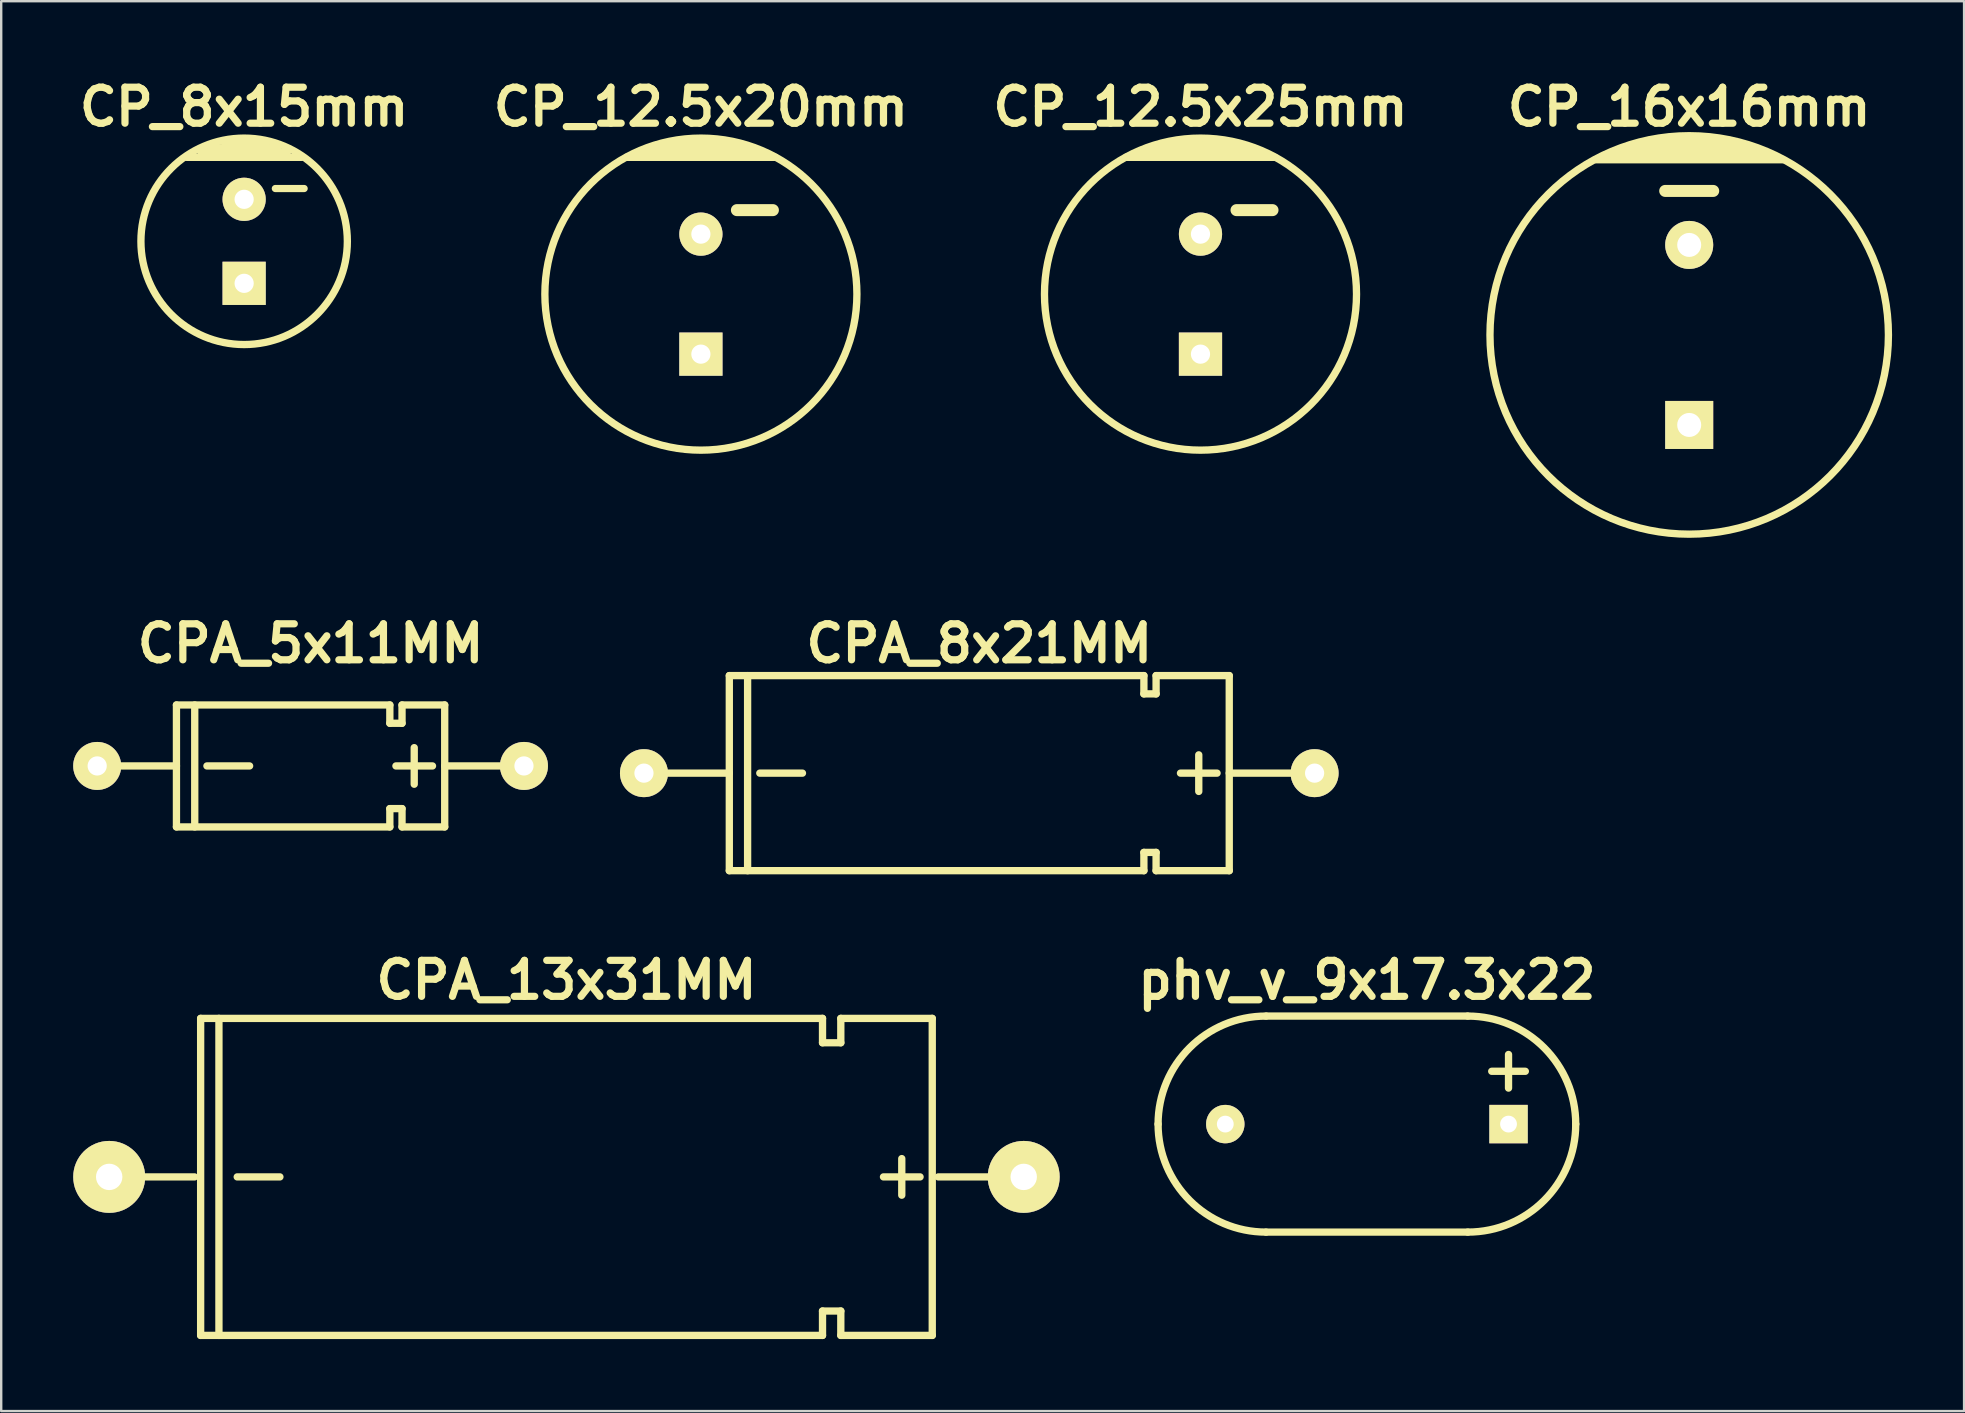
<source format=kicad_pcb>
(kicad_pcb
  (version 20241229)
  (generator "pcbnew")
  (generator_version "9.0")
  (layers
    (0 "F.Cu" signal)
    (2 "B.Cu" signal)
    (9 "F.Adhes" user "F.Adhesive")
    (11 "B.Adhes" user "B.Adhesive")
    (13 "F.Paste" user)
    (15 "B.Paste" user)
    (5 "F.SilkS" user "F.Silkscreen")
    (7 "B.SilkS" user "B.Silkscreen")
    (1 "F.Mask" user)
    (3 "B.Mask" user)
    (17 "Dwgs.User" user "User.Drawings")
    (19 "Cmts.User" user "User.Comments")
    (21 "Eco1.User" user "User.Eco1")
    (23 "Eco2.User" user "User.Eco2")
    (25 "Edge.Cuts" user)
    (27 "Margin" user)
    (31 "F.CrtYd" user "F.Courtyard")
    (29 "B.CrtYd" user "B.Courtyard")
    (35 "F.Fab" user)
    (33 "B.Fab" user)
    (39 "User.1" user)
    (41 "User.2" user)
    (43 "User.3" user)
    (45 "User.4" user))
  (footprint "CP_12.5x25mm"
    (layer "F.Cu")
    (at 46.964 9.204)
    (property "Reference" "CP_12.5x25mm" (at 0 -7.8 0) (layer "F.SilkS") (effects (font (size 1.5 1.5) (thickness 0.3))))
    (attr through_hole)
    (fp_line (start -3.1 -5.7) (end 3.1 -5.7) (stroke (width 0.305) (type solid)) (layer "F.SilkS"))
    (fp_line (start -1.4 -6.3) (end 1.4 -6.3) (stroke (width 0.305) (type solid)) (layer "F.SilkS"))
    (fp_line (start 1.5 -3.5) (end 3 -3.5) (stroke (width 0.5) (type solid)) (layer "F.SilkS"))
    (fp_line (start 2 -6.1) (end -2 -6.1) (stroke (width 0.305) (type solid)) (layer "F.SilkS"))
    (fp_line (start 2.4 -5.9) (end -2.4 -5.9) (stroke (width 0.305) (type solid)) (layer "F.SilkS"))
    (fp_circle (center 0 0) (end -6.5 0) (stroke (width 0.305) (type solid)) (fill no) (layer "F.SilkS"))
    (pad "1" thru_hole rect (at 0 2.5) (size 1.8 1.8) (drill 0.8) (layers "*.Cu" "*.Mask" "F.SilkS"))
    (pad "2" thru_hole circle (at 0 -2.5) (size 1.8 1.8) (drill 0.8) (layers "*.Cu" "*.Mask" "F.SilkS")))
  (footprint "CPA_13x31MM"
    (layer "F.Cu")
    (at 20.549 45.981)
    (property "Reference" "CPA_13x31MM" (at 0 -8.2 0) (layer "F.SilkS") (effects (font (size 1.5 1.5) (thickness 0.3))))
    (attr through_hole)
    (fp_line (start -15.494 0) (end -19.05 0) (stroke (width 0.305) (type solid)) (layer "F.SilkS"))
    (fp_line (start -15.24 -6.604) (end -15.24 6.604) (stroke (width 0.305) (type solid)) (layer "F.SilkS"))
    (fp_line (start -15.24 -6.604) (end 10.668 -6.604) (stroke (width 0.305) (type solid)) (layer "F.SilkS"))
    (fp_line (start -14.478 6.604) (end -14.478 -6.604) (stroke (width 0.305) (type solid)) (layer "F.SilkS"))
    (fp_line (start -13.716 0) (end -11.938 0) (stroke (width 0.305) (type solid)) (layer "F.SilkS"))
    (fp_line (start 10.668 -6.604) (end 10.668 -5.588) (stroke (width 0.305) (type solid)) (layer "F.SilkS"))
    (fp_line (start 10.668 -5.588) (end 11.43 -5.588) (stroke (width 0.305) (type solid)) (layer "F.SilkS"))
    (fp_line (start 10.668 5.588) (end 10.668 6.604) (stroke (width 0.305) (type solid)) (layer "F.SilkS"))
    (fp_line (start 10.668 6.604) (end -15.24 6.604) (stroke (width 0.305) (type solid)) (layer "F.SilkS"))
    (fp_line (start 11.43 -6.604) (end 15.24 -6.604) (stroke (width 0.305) (type solid)) (layer "F.SilkS"))
    (fp_line (start 11.43 -5.588) (end 11.43 -6.604) (stroke (width 0.305) (type solid)) (layer "F.SilkS"))
    (fp_line (start 11.43 5.588) (end 10.668 5.588) (stroke (width 0.305) (type solid)) (layer "F.SilkS"))
    (fp_line (start 11.43 6.604) (end 11.43 5.588) (stroke (width 0.305) (type solid)) (layer "F.SilkS"))
    (fp_line (start 13.97 0.762) (end 13.97 -0.762) (stroke (width 0.305) (type solid)) (layer "F.SilkS"))
    (fp_line (start 14.732 0) (end 13.208 0) (stroke (width 0.305) (type solid)) (layer "F.SilkS"))
    (fp_line (start 15.24 -6.604) (end 15.24 6.604) (stroke (width 0.305) (type solid)) (layer "F.SilkS"))
    (fp_line (start 15.24 6.604) (end 11.43 6.604) (stroke (width 0.305) (type solid)) (layer "F.SilkS"))
    (fp_line (start 15.494 0) (end 19.05 0) (stroke (width 0.305) (type solid)) (layer "F.SilkS"))
    (pad "1" thru_hole circle (at 19.05 0) (size 2.997 2.997) (drill 1.1) (layers "*.Cu" "*.Mask" "F.SilkS"))
    (pad "2" thru_hole circle (at -19.05 0) (size 2.997 2.997) (drill 1.1) (layers "*.Cu" "*.Mask" "F.SilkS")))
  (footprint "CP_8x15mm"
    (layer "F.Cu")
    (at 7.121 7.004)
    (property "Reference" "CP_8x15mm" (at 0 -5.6 0) (layer "F.SilkS") (effects (font (size 1.5 1.5) (thickness 0.3))))
    (attr through_hole)
    (fp_line (start -2.4 -3.5) (end 2.4 -3.5) (stroke (width 0.305) (type solid)) (layer "F.SilkS"))
    (fp_line (start -1.8 -3.7) (end 1.8 -3.7) (stroke (width 0.305) (type solid)) (layer "F.SilkS"))
    (fp_line (start -1.4 -3.9) (end 1.4 -3.9) (stroke (width 0.305) (type solid)) (layer "F.SilkS"))
    (fp_line (start -0.8 -4.1) (end 0.9 -4.1) (stroke (width 0.305) (type solid)) (layer "F.SilkS"))
    (fp_line (start 1.3 -2.2) (end 2.5 -2.2) (stroke (width 0.3) (type solid)) (layer "F.SilkS"))
    (fp_circle (center 0 0) (end -4.3 0) (stroke (width 0.305) (type solid)) (fill no) (layer "F.SilkS"))
    (pad "1" thru_hole rect (at 0 1.75) (size 1.8 1.8) (drill 0.8) (layers "*.Cu" "*.Mask" "F.SilkS"))
    (pad "2" thru_hole circle (at 0 -1.75) (size 1.8 1.8) (drill 0.8) (layers "*.Cu" "*.Mask" "F.SilkS")))
  (footprint "phv_v_9x17.3x22"
    (layer "F.Cu")
    (at 53.897 43.781)
    (property "Reference" "phv_v_9x17.3x22" (at 0 -6 0) (layer "F.SilkS") (effects (font (size 1.5 1.5) (thickness 0.3))))
    (attr through_hole)
    (fp_line (start -4.2 4.5) (end 4.2 4.5) (stroke (width 0.305) (type solid)) (layer "F.SilkS"))
    (fp_line (start 4.2 -4.5) (end -4.2 -4.5) (stroke (width 0.305) (type solid)) (layer "F.SilkS"))
    (fp_line (start 5.2 -2.2) (end 6.6 -2.2) (stroke (width 0.305) (type solid)) (layer "F.SilkS"))
    (fp_line (start 5.9 -1.5) (end 5.9 -2.9) (stroke (width 0.305) (type solid)) (layer "F.SilkS"))
    (fp_arc (start -8.7 0) (mid -7.381981 -3.181981) (end -4.2 -4.5) (stroke (width 0.3048) (type solid)) (layer "F.SilkS"))
    (fp_arc (start -4.2 4.5) (mid -7.381981 3.181981) (end -8.7 0) (stroke (width 0.3048) (type solid)) (layer "F.SilkS"))
    (fp_arc (start 4.2 -4.5) (mid 7.381981 -3.181981) (end 8.7 0) (stroke (width 0.3048) (type solid)) (layer "F.SilkS"))
    (fp_arc (start 8.7 0) (mid 7.381981 3.181981) (end 4.2 4.5) (stroke (width 0.3048) (type solid)) (layer "F.SilkS"))
    (pad "1" thru_hole rect (at 5.9 0) (size 1.6 1.6) (drill 0.7) (layers "*.Cu" "*.Mask" "F.SilkS"))
    (pad "2" thru_hole circle (at -5.9 0) (size 1.6 1.6) (drill 0.7) (layers "*.Cu" "*.Mask" "F.SilkS")))
  (footprint "CP_16x16mm"
    (layer "F.Cu")
    (at 67.324 10.904)
    (property "Reference" "CP_16x16mm" (at 0 -9.5 0) (layer "F.SilkS") (effects (font (size 1.5 1.5) (thickness 0.3))))
    (attr through_hole)
    (fp_line (start -3.4 -7.5) (end 3.4 -7.5) (stroke (width 0.305) (type solid)) (layer "F.SilkS"))
    (fp_line (start -2.4 -7.9) (end 2.4 -7.9) (stroke (width 0.305) (type solid)) (layer "F.SilkS"))
    (fp_line (start -1.7 -8.1) (end 1.7 -8.1) (stroke (width 0.305) (type solid)) (layer "F.SilkS"))
    (fp_line (start -1 -6) (end 1 -6) (stroke (width 0.5) (type solid)) (layer "F.SilkS"))
    (fp_line (start 3 -7.7) (end -2.9 -7.7) (stroke (width 0.305) (type solid)) (layer "F.SilkS"))
    (fp_line (start 3.9 -7.3) (end -3.9 -7.3) (stroke (width 0.305) (type solid)) (layer "F.SilkS"))
    (fp_circle (center 0 0) (end -8.3 0) (stroke (width 0.305) (type solid)) (fill no) (layer "F.SilkS"))
    (pad "1" thru_hole rect (at 0 3.75) (size 2 2) (drill 1) (layers "*.Cu" "*.Mask" "F.SilkS"))
    (pad "2" thru_hole circle (at 0 -3.75) (size 2 2) (drill 1) (layers "*.Cu" "*.Mask" "F.SilkS")))
  (footprint "CP_12.5x20mm"
    (layer "F.Cu")
    (at 26.15 9.204)
    (property "Reference" "CP_12.5x20mm" (at 0 -7.8 0) (layer "F.SilkS") (effects (font (size 1.5 1.5) (thickness 0.3))))
    (attr through_hole)
    (fp_line (start -3.1 -5.7) (end 3.1 -5.7) (stroke (width 0.305) (type solid)) (layer "F.SilkS"))
    (fp_line (start -1.4 -6.3) (end 1.4 -6.3) (stroke (width 0.305) (type solid)) (layer "F.SilkS"))
    (fp_line (start 1.5 -3.5) (end 3 -3.5) (stroke (width 0.5) (type solid)) (layer "F.SilkS"))
    (fp_line (start 2 -6.1) (end -2 -6.1) (stroke (width 0.305) (type solid)) (layer "F.SilkS"))
    (fp_line (start 2.4 -5.9) (end -2.4 -5.9) (stroke (width 0.305) (type solid)) (layer "F.SilkS"))
    (fp_circle (center 0 0) (end -6.5 0) (stroke (width 0.305) (type solid)) (fill no) (layer "F.SilkS"))
    (pad "1" thru_hole rect (at 0 2.5) (size 1.8 1.8) (drill 0.8) (layers "*.Cu" "*.Mask" "F.SilkS"))
    (pad "2" thru_hole circle (at 0 -2.5) (size 1.8 1.8) (drill 0.8) (layers "*.Cu" "*.Mask" "F.SilkS")))
  (footprint "CPA_8x21MM"
    (layer "F.Cu")
    (at 37.748 29.16)
    (property "Reference" "CPA_8x21MM" (at 0 -5.4 0) (layer "F.SilkS") (effects (font (size 1.5 1.5) (thickness 0.3))))
    (attr through_hole)
    (fp_line (start -10.414 0) (end -13.97 0) (stroke (width 0.305) (type solid)) (layer "F.SilkS"))
    (fp_line (start -10.414 4.064) (end -10.414 -4.064) (stroke (width 0.305) (type solid)) (layer "F.SilkS"))
    (fp_line (start -10.414 4.064) (end 6.858 4.064) (stroke (width 0.305) (type solid)) (layer "F.SilkS"))
    (fp_line (start -9.652 -4.064) (end -9.652 4.064) (stroke (width 0.305) (type solid)) (layer "F.SilkS"))
    (fp_line (start -9.144 0) (end -7.366 0) (stroke (width 0.305) (type solid)) (layer "F.SilkS"))
    (fp_line (start 6.858 -4.064) (end -10.414 -4.064) (stroke (width 0.305) (type solid)) (layer "F.SilkS"))
    (fp_line (start 6.858 -3.302) (end 6.858 -4.064) (stroke (width 0.305) (type solid)) (layer "F.SilkS"))
    (fp_line (start 6.858 3.302) (end 7.366 3.302) (stroke (width 0.305) (type solid)) (layer "F.SilkS"))
    (fp_line (start 6.858 4.064) (end 6.858 3.302) (stroke (width 0.305) (type solid)) (layer "F.SilkS"))
    (fp_line (start 7.366 -4.064) (end 7.366 -3.302) (stroke (width 0.305) (type solid)) (layer "F.SilkS"))
    (fp_line (start 7.366 -3.302) (end 6.858 -3.302) (stroke (width 0.305) (type solid)) (layer "F.SilkS"))
    (fp_line (start 7.366 3.302) (end 7.366 4.064) (stroke (width 0.305) (type solid)) (layer "F.SilkS"))
    (fp_line (start 7.366 4.064) (end 10.414 4.064) (stroke (width 0.305) (type solid)) (layer "F.SilkS"))
    (fp_line (start 9.144 0.762) (end 9.144 -0.762) (stroke (width 0.305) (type solid)) (layer "F.SilkS"))
    (fp_line (start 9.906 0) (end 8.382 0) (stroke (width 0.305) (type solid)) (layer "F.SilkS"))
    (fp_line (start 10.414 -4.064) (end 7.366 -4.064) (stroke (width 0.305) (type solid)) (layer "F.SilkS"))
    (fp_line (start 10.414 -4.064) (end 10.414 4.064) (stroke (width 0.305) (type solid)) (layer "F.SilkS"))
    (fp_line (start 10.414 0) (end 13.97 0) (stroke (width 0.305) (type solid)) (layer "F.SilkS"))
    (pad "1" thru_hole circle (at 13.97 0) (size 1.999 1.999) (drill 0.8) (layers "*.Cu" "*.Mask" "F.SilkS"))
    (pad "2" thru_hole circle (at -13.97 0) (size 1.999 1.999) (drill 0.8) (layers "*.Cu" "*.Mask" "F.SilkS")))
  (footprint "CPA_5x11MM"
    (layer "F.Cu")
    (at 9.889 28.86)
    (property "Reference" "CPA_5x11MM" (at 0 -5.1 0) (layer "F.SilkS") (effects (font (size 1.5 1.5) (thickness 0.3))))
    (attr through_hole)
    (fp_line (start -5.588 0) (end -8.89 0) (stroke (width 0.305) (type solid)) (layer "F.SilkS"))
    (fp_line (start -5.588 2.54) (end -5.588 -2.54) (stroke (width 0.305) (type solid)) (layer "F.SilkS"))
    (fp_line (start -4.826 -2.54) (end -4.826 2.54) (stroke (width 0.305) (type solid)) (layer "F.SilkS"))
    (fp_line (start -4.318 0) (end -2.54 0) (stroke (width 0.305) (type solid)) (layer "F.SilkS"))
    (fp_line (start 3.302 -2.54) (end -5.588 -2.54) (stroke (width 0.305) (type solid)) (layer "F.SilkS"))
    (fp_line (start 3.302 -2.54) (end 3.302 -1.778) (stroke (width 0.305) (type solid)) (layer "F.SilkS"))
    (fp_line (start 3.302 -1.778) (end 3.81 -1.778) (stroke (width 0.305) (type solid)) (layer "F.SilkS"))
    (fp_line (start 3.302 1.778) (end 3.302 2.54) (stroke (width 0.305) (type solid)) (layer "F.SilkS"))
    (fp_line (start 3.302 2.54) (end -5.588 2.54) (stroke (width 0.305) (type solid)) (layer "F.SilkS"))
    (fp_line (start 3.81 -2.54) (end 5.588 -2.54) (stroke (width 0.305) (type solid)) (layer "F.SilkS"))
    (fp_line (start 3.81 -1.778) (end 3.81 -2.54) (stroke (width 0.305) (type solid)) (layer "F.SilkS"))
    (fp_line (start 3.81 1.778) (end 3.302 1.778) (stroke (width 0.305) (type solid)) (layer "F.SilkS"))
    (fp_line (start 3.81 2.54) (end 3.81 1.778) (stroke (width 0.305) (type solid)) (layer "F.SilkS"))
    (fp_line (start 4.318 0.762) (end 4.318 -0.762) (stroke (width 0.305) (type solid)) (layer "F.SilkS"))
    (fp_line (start 5.08 0) (end 3.556 0) (stroke (width 0.305) (type solid)) (layer "F.SilkS"))
    (fp_line (start 5.588 -2.54) (end 5.588 2.54) (stroke (width 0.305) (type solid)) (layer "F.SilkS"))
    (fp_line (start 5.588 2.54) (end 3.81 2.54) (stroke (width 0.305) (type solid)) (layer "F.SilkS"))
    (fp_line (start 8.89 0) (end 5.588 0) (stroke (width 0.305) (type solid)) (layer "F.SilkS"))
    (pad "1" thru_hole circle (at 8.89 0) (size 1.999 1.999) (drill 0.8) (layers "*.Cu" "*.Mask" "F.SilkS"))
    (pad "2" thru_hole circle (at -8.89 0) (size 1.999 1.999) (drill 0.8) (layers "*.Cu" "*.Mask" "F.SilkS")))
  (gr_rect
    (start -3 -3)
    (end 78.776 55.737)
    (stroke (width 0.1) (type default))
    (fill no)
    (layer "Edge.Cuts")))
</source>
